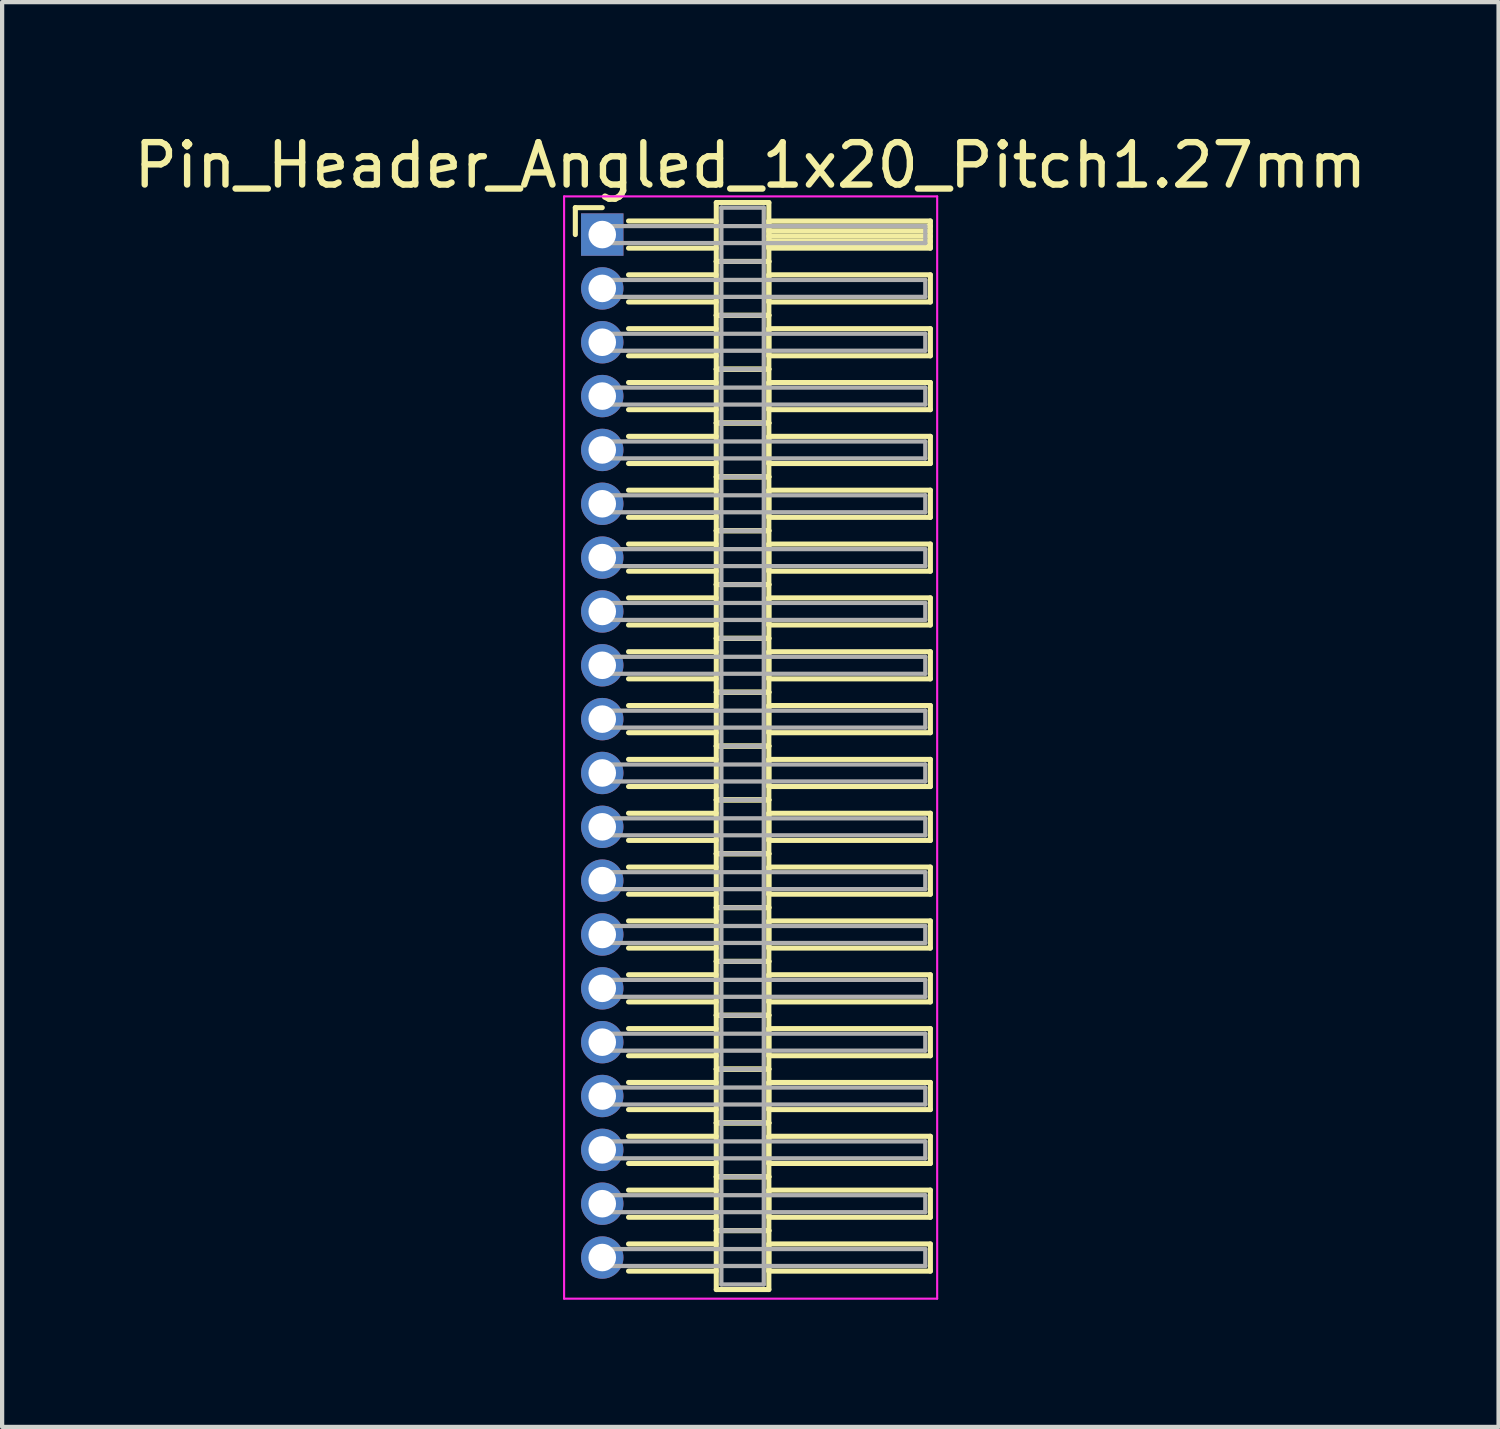
<source format=kicad_pcb>
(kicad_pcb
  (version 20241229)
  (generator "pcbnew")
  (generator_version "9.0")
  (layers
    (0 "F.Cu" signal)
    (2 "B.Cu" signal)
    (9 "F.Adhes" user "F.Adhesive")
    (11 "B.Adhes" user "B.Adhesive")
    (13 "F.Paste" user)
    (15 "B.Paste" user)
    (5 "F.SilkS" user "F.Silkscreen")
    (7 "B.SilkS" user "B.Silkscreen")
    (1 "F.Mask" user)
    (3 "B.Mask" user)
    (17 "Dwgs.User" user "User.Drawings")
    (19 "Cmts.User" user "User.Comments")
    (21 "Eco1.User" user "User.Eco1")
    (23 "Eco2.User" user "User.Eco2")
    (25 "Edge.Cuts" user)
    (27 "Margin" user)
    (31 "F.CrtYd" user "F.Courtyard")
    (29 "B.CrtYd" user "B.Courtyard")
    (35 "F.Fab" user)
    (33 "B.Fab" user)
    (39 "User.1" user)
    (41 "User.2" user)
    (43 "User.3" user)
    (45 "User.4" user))
  (footprint "Pin_Header_Angled_1x20_Pitch1.27mm"
    (layer "F.Cu")
    (at 11.156 2.483)
    (property "Reference" "Pin_Header_Angled_1x20_Pitch1.27mm" (at 3.493 -1.635 0) (layer "F.SilkS") (effects (font (size 1 1) (thickness 0.15))))
    (attr through_hole)
    (fp_line (start -0.635 -0.635) (end 0 -0.635) (stroke (width 0.12) (type solid)) (layer "F.SilkS"))
    (fp_line (start -0.635 0) (end -0.635 -0.635) (stroke (width 0.12) (type solid)) (layer "F.SilkS"))
    (fp_line (start 0.62 -0.32) (end 2.69 -0.32) (stroke (width 0.12) (type solid)) (layer "F.SilkS"))
    (fp_line (start 0.62 0.32) (end 2.69 0.32) (stroke (width 0.12) (type solid)) (layer "F.SilkS"))
    (fp_line (start 0.62 0.95) (end 2.69 0.95) (stroke (width 0.12) (type solid)) (layer "F.SilkS"))
    (fp_line (start 0.62 1.59) (end 2.69 1.59) (stroke (width 0.12) (type solid)) (layer "F.SilkS"))
    (fp_line (start 0.62 2.22) (end 2.69 2.22) (stroke (width 0.12) (type solid)) (layer "F.SilkS"))
    (fp_line (start 0.62 2.86) (end 2.69 2.86) (stroke (width 0.12) (type solid)) (layer "F.SilkS"))
    (fp_line (start 0.62 3.49) (end 2.69 3.49) (stroke (width 0.12) (type solid)) (layer "F.SilkS"))
    (fp_line (start 0.62 4.13) (end 2.69 4.13) (stroke (width 0.12) (type solid)) (layer "F.SilkS"))
    (fp_line (start 0.62 4.76) (end 2.69 4.76) (stroke (width 0.12) (type solid)) (layer "F.SilkS"))
    (fp_line (start 0.62 5.4) (end 2.69 5.4) (stroke (width 0.12) (type solid)) (layer "F.SilkS"))
    (fp_line (start 0.62 6.03) (end 2.69 6.03) (stroke (width 0.12) (type solid)) (layer "F.SilkS"))
    (fp_line (start 0.62 6.67) (end 2.69 6.67) (stroke (width 0.12) (type solid)) (layer "F.SilkS"))
    (fp_line (start 0.62 7.3) (end 2.69 7.3) (stroke (width 0.12) (type solid)) (layer "F.SilkS"))
    (fp_line (start 0.62 7.94) (end 2.69 7.94) (stroke (width 0.12) (type solid)) (layer "F.SilkS"))
    (fp_line (start 0.62 8.57) (end 2.69 8.57) (stroke (width 0.12) (type solid)) (layer "F.SilkS"))
    (fp_line (start 0.62 9.21) (end 2.69 9.21) (stroke (width 0.12) (type solid)) (layer "F.SilkS"))
    (fp_line (start 0.62 9.84) (end 2.69 9.84) (stroke (width 0.12) (type solid)) (layer "F.SilkS"))
    (fp_line (start 0.62 10.48) (end 2.69 10.48) (stroke (width 0.12) (type solid)) (layer "F.SilkS"))
    (fp_line (start 0.62 11.11) (end 2.69 11.11) (stroke (width 0.12) (type solid)) (layer "F.SilkS"))
    (fp_line (start 0.62 11.75) (end 2.69 11.75) (stroke (width 0.12) (type solid)) (layer "F.SilkS"))
    (fp_line (start 0.62 12.38) (end 2.69 12.38) (stroke (width 0.12) (type solid)) (layer "F.SilkS"))
    (fp_line (start 0.62 13.02) (end 2.69 13.02) (stroke (width 0.12) (type solid)) (layer "F.SilkS"))
    (fp_line (start 0.62 13.65) (end 2.69 13.65) (stroke (width 0.12) (type solid)) (layer "F.SilkS"))
    (fp_line (start 0.62 14.29) (end 2.69 14.29) (stroke (width 0.12) (type solid)) (layer "F.SilkS"))
    (fp_line (start 0.62 14.92) (end 2.69 14.92) (stroke (width 0.12) (type solid)) (layer "F.SilkS"))
    (fp_line (start 0.62 15.56) (end 2.69 15.56) (stroke (width 0.12) (type solid)) (layer "F.SilkS"))
    (fp_line (start 0.62 16.19) (end 2.69 16.19) (stroke (width 0.12) (type solid)) (layer "F.SilkS"))
    (fp_line (start 0.62 16.83) (end 2.69 16.83) (stroke (width 0.12) (type solid)) (layer "F.SilkS"))
    (fp_line (start 0.62 17.46) (end 2.69 17.46) (stroke (width 0.12) (type solid)) (layer "F.SilkS"))
    (fp_line (start 0.62 18.1) (end 2.69 18.1) (stroke (width 0.12) (type solid)) (layer "F.SilkS"))
    (fp_line (start 0.62 18.73) (end 2.69 18.73) (stroke (width 0.12) (type solid)) (layer "F.SilkS"))
    (fp_line (start 0.62 19.37) (end 2.69 19.37) (stroke (width 0.12) (type solid)) (layer "F.SilkS"))
    (fp_line (start 0.62 20) (end 2.69 20) (stroke (width 0.12) (type solid)) (layer "F.SilkS"))
    (fp_line (start 0.62 20.64) (end 2.69 20.64) (stroke (width 0.12) (type solid)) (layer "F.SilkS"))
    (fp_line (start 0.62 21.27) (end 2.69 21.27) (stroke (width 0.12) (type solid)) (layer "F.SilkS"))
    (fp_line (start 0.62 21.91) (end 2.69 21.91) (stroke (width 0.12) (type solid)) (layer "F.SilkS"))
    (fp_line (start 0.62 22.54) (end 2.69 22.54) (stroke (width 0.12) (type solid)) (layer "F.SilkS"))
    (fp_line (start 0.62 23.18) (end 2.69 23.18) (stroke (width 0.12) (type solid)) (layer "F.SilkS"))
    (fp_line (start 0.62 23.81) (end 2.69 23.81) (stroke (width 0.12) (type solid)) (layer "F.SilkS"))
    (fp_line (start 0.62 24.45) (end 2.69 24.45) (stroke (width 0.12) (type solid)) (layer "F.SilkS"))
    (fp_line (start 2.69 -0.755) (end 2.69 0.635) (stroke (width 0.12) (type solid)) (layer "F.SilkS"))
    (fp_line (start 2.69 0.635) (end 2.69 1.905) (stroke (width 0.12) (type solid)) (layer "F.SilkS"))
    (fp_line (start 2.69 0.635) (end 3.93 0.635) (stroke (width 0.12) (type solid)) (layer "F.SilkS"))
    (fp_line (start 2.69 1.905) (end 2.69 3.175) (stroke (width 0.12) (type solid)) (layer "F.SilkS"))
    (fp_line (start 2.69 1.905) (end 3.93 1.905) (stroke (width 0.12) (type solid)) (layer "F.SilkS"))
    (fp_line (start 2.69 3.175) (end 2.69 4.445) (stroke (width 0.12) (type solid)) (layer "F.SilkS"))
    (fp_line (start 2.69 3.175) (end 3.93 3.175) (stroke (width 0.12) (type solid)) (layer "F.SilkS"))
    (fp_line (start 2.69 4.445) (end 2.69 5.715) (stroke (width 0.12) (type solid)) (layer "F.SilkS"))
    (fp_line (start 2.69 4.445) (end 3.93 4.445) (stroke (width 0.12) (type solid)) (layer "F.SilkS"))
    (fp_line (start 2.69 5.715) (end 2.69 6.985) (stroke (width 0.12) (type solid)) (layer "F.SilkS"))
    (fp_line (start 2.69 5.715) (end 3.93 5.715) (stroke (width 0.12) (type solid)) (layer "F.SilkS"))
    (fp_line (start 2.69 6.985) (end 2.69 8.255) (stroke (width 0.12) (type solid)) (layer "F.SilkS"))
    (fp_line (start 2.69 6.985) (end 3.93 6.985) (stroke (width 0.12) (type solid)) (layer "F.SilkS"))
    (fp_line (start 2.69 8.255) (end 2.69 9.525) (stroke (width 0.12) (type solid)) (layer "F.SilkS"))
    (fp_line (start 2.69 8.255) (end 3.93 8.255) (stroke (width 0.12) (type solid)) (layer "F.SilkS"))
    (fp_line (start 2.69 9.525) (end 2.69 10.795) (stroke (width 0.12) (type solid)) (layer "F.SilkS"))
    (fp_line (start 2.69 9.525) (end 3.93 9.525) (stroke (width 0.12) (type solid)) (layer "F.SilkS"))
    (fp_line (start 2.69 10.795) (end 2.69 12.065) (stroke (width 0.12) (type solid)) (layer "F.SilkS"))
    (fp_line (start 2.69 10.795) (end 3.93 10.795) (stroke (width 0.12) (type solid)) (layer "F.SilkS"))
    (fp_line (start 2.69 12.065) (end 2.69 13.335) (stroke (width 0.12) (type solid)) (layer "F.SilkS"))
    (fp_line (start 2.69 12.065) (end 3.93 12.065) (stroke (width 0.12) (type solid)) (layer "F.SilkS"))
    (fp_line (start 2.69 13.335) (end 2.69 14.605) (stroke (width 0.12) (type solid)) (layer "F.SilkS"))
    (fp_line (start 2.69 13.335) (end 3.93 13.335) (stroke (width 0.12) (type solid)) (layer "F.SilkS"))
    (fp_line (start 2.69 14.605) (end 2.69 15.875) (stroke (width 0.12) (type solid)) (layer "F.SilkS"))
    (fp_line (start 2.69 14.605) (end 3.93 14.605) (stroke (width 0.12) (type solid)) (layer "F.SilkS"))
    (fp_line (start 2.69 15.875) (end 2.69 17.145) (stroke (width 0.12) (type solid)) (layer "F.SilkS"))
    (fp_line (start 2.69 15.875) (end 3.93 15.875) (stroke (width 0.12) (type solid)) (layer "F.SilkS"))
    (fp_line (start 2.69 17.145) (end 2.69 18.415) (stroke (width 0.12) (type solid)) (layer "F.SilkS"))
    (fp_line (start 2.69 17.145) (end 3.93 17.145) (stroke (width 0.12) (type solid)) (layer "F.SilkS"))
    (fp_line (start 2.69 18.415) (end 2.69 19.685) (stroke (width 0.12) (type solid)) (layer "F.SilkS"))
    (fp_line (start 2.69 18.415) (end 3.93 18.415) (stroke (width 0.12) (type solid)) (layer "F.SilkS"))
    (fp_line (start 2.69 19.685) (end 2.69 20.955) (stroke (width 0.12) (type solid)) (layer "F.SilkS"))
    (fp_line (start 2.69 19.685) (end 3.93 19.685) (stroke (width 0.12) (type solid)) (layer "F.SilkS"))
    (fp_line (start 2.69 20.955) (end 2.69 22.225) (stroke (width 0.12) (type solid)) (layer "F.SilkS"))
    (fp_line (start 2.69 20.955) (end 3.93 20.955) (stroke (width 0.12) (type solid)) (layer "F.SilkS"))
    (fp_line (start 2.69 22.225) (end 2.69 23.495) (stroke (width 0.12) (type solid)) (layer "F.SilkS"))
    (fp_line (start 2.69 22.225) (end 3.93 22.225) (stroke (width 0.12) (type solid)) (layer "F.SilkS"))
    (fp_line (start 2.69 23.495) (end 2.69 24.885) (stroke (width 0.12) (type solid)) (layer "F.SilkS"))
    (fp_line (start 2.69 23.495) (end 3.93 23.495) (stroke (width 0.12) (type solid)) (layer "F.SilkS"))
    (fp_line (start 2.69 24.885) (end 3.93 24.885) (stroke (width 0.12) (type solid)) (layer "F.SilkS"))
    (fp_line (start 3.93 -0.755) (end 2.69 -0.755) (stroke (width 0.12) (type solid)) (layer "F.SilkS"))
    (fp_line (start 3.93 -0.32) (end 3.93 0.32) (stroke (width 0.12) (type solid)) (layer "F.SilkS"))
    (fp_line (start 3.93 -0.2) (end 7.74 -0.2) (stroke (width 0.12) (type solid)) (layer "F.SilkS"))
    (fp_line (start 3.93 -0.08) (end 7.74 -0.08) (stroke (width 0.12) (type solid)) (layer "F.SilkS"))
    (fp_line (start 3.93 0.04) (end 7.74 0.04) (stroke (width 0.12) (type solid)) (layer "F.SilkS"))
    (fp_line (start 3.93 0.16) (end 7.74 0.16) (stroke (width 0.12) (type solid)) (layer "F.SilkS"))
    (fp_line (start 3.93 0.28) (end 7.74 0.28) (stroke (width 0.12) (type solid)) (layer "F.SilkS"))
    (fp_line (start 3.93 0.32) (end 7.74 0.32) (stroke (width 0.12) (type solid)) (layer "F.SilkS"))
    (fp_line (start 3.93 0.635) (end 2.69 0.635) (stroke (width 0.12) (type solid)) (layer "F.SilkS"))
    (fp_line (start 3.93 0.635) (end 3.93 -0.755) (stroke (width 0.12) (type solid)) (layer "F.SilkS"))
    (fp_line (start 3.93 0.95) (end 3.93 1.59) (stroke (width 0.12) (type solid)) (layer "F.SilkS"))
    (fp_line (start 3.93 1.59) (end 7.74 1.59) (stroke (width 0.12) (type solid)) (layer "F.SilkS"))
    (fp_line (start 3.93 1.905) (end 2.69 1.905) (stroke (width 0.12) (type solid)) (layer "F.SilkS"))
    (fp_line (start 3.93 1.905) (end 3.93 0.635) (stroke (width 0.12) (type solid)) (layer "F.SilkS"))
    (fp_line (start 3.93 2.22) (end 3.93 2.86) (stroke (width 0.12) (type solid)) (layer "F.SilkS"))
    (fp_line (start 3.93 2.86) (end 7.74 2.86) (stroke (width 0.12) (type solid)) (layer "F.SilkS"))
    (fp_line (start 3.93 3.175) (end 2.69 3.175) (stroke (width 0.12) (type solid)) (layer "F.SilkS"))
    (fp_line (start 3.93 3.175) (end 3.93 1.905) (stroke (width 0.12) (type solid)) (layer "F.SilkS"))
    (fp_line (start 3.93 3.49) (end 3.93 4.13) (stroke (width 0.12) (type solid)) (layer "F.SilkS"))
    (fp_line (start 3.93 4.13) (end 7.74 4.13) (stroke (width 0.12) (type solid)) (layer "F.SilkS"))
    (fp_line (start 3.93 4.445) (end 2.69 4.445) (stroke (width 0.12) (type solid)) (layer "F.SilkS"))
    (fp_line (start 3.93 4.445) (end 3.93 3.175) (stroke (width 0.12) (type solid)) (layer "F.SilkS"))
    (fp_line (start 3.93 4.76) (end 3.93 5.4) (stroke (width 0.12) (type solid)) (layer "F.SilkS"))
    (fp_line (start 3.93 5.4) (end 7.74 5.4) (stroke (width 0.12) (type solid)) (layer "F.SilkS"))
    (fp_line (start 3.93 5.715) (end 2.69 5.715) (stroke (width 0.12) (type solid)) (layer "F.SilkS"))
    (fp_line (start 3.93 5.715) (end 3.93 4.445) (stroke (width 0.12) (type solid)) (layer "F.SilkS"))
    (fp_line (start 3.93 6.03) (end 3.93 6.67) (stroke (width 0.12) (type solid)) (layer "F.SilkS"))
    (fp_line (start 3.93 6.67) (end 7.74 6.67) (stroke (width 0.12) (type solid)) (layer "F.SilkS"))
    (fp_line (start 3.93 6.985) (end 2.69 6.985) (stroke (width 0.12) (type solid)) (layer "F.SilkS"))
    (fp_line (start 3.93 6.985) (end 3.93 5.715) (stroke (width 0.12) (type solid)) (layer "F.SilkS"))
    (fp_line (start 3.93 7.3) (end 3.93 7.94) (stroke (width 0.12) (type solid)) (layer "F.SilkS"))
    (fp_line (start 3.93 7.94) (end 7.74 7.94) (stroke (width 0.12) (type solid)) (layer "F.SilkS"))
    (fp_line (start 3.93 8.255) (end 2.69 8.255) (stroke (width 0.12) (type solid)) (layer "F.SilkS"))
    (fp_line (start 3.93 8.255) (end 3.93 6.985) (stroke (width 0.12) (type solid)) (layer "F.SilkS"))
    (fp_line (start 3.93 8.57) (end 3.93 9.21) (stroke (width 0.12) (type solid)) (layer "F.SilkS"))
    (fp_line (start 3.93 9.21) (end 7.74 9.21) (stroke (width 0.12) (type solid)) (layer "F.SilkS"))
    (fp_line (start 3.93 9.525) (end 2.69 9.525) (stroke (width 0.12) (type solid)) (layer "F.SilkS"))
    (fp_line (start 3.93 9.525) (end 3.93 8.255) (stroke (width 0.12) (type solid)) (layer "F.SilkS"))
    (fp_line (start 3.93 9.84) (end 3.93 10.48) (stroke (width 0.12) (type solid)) (layer "F.SilkS"))
    (fp_line (start 3.93 10.48) (end 7.74 10.48) (stroke (width 0.12) (type solid)) (layer "F.SilkS"))
    (fp_line (start 3.93 10.795) (end 2.69 10.795) (stroke (width 0.12) (type solid)) (layer "F.SilkS"))
    (fp_line (start 3.93 10.795) (end 3.93 9.525) (stroke (width 0.12) (type solid)) (layer "F.SilkS"))
    (fp_line (start 3.93 11.11) (end 3.93 11.75) (stroke (width 0.12) (type solid)) (layer "F.SilkS"))
    (fp_line (start 3.93 11.75) (end 7.74 11.75) (stroke (width 0.12) (type solid)) (layer "F.SilkS"))
    (fp_line (start 3.93 12.065) (end 2.69 12.065) (stroke (width 0.12) (type solid)) (layer "F.SilkS"))
    (fp_line (start 3.93 12.065) (end 3.93 10.795) (stroke (width 0.12) (type solid)) (layer "F.SilkS"))
    (fp_line (start 3.93 12.38) (end 3.93 13.02) (stroke (width 0.12) (type solid)) (layer "F.SilkS"))
    (fp_line (start 3.93 13.02) (end 7.74 13.02) (stroke (width 0.12) (type solid)) (layer "F.SilkS"))
    (fp_line (start 3.93 13.335) (end 2.69 13.335) (stroke (width 0.12) (type solid)) (layer "F.SilkS"))
    (fp_line (start 3.93 13.335) (end 3.93 12.065) (stroke (width 0.12) (type solid)) (layer "F.SilkS"))
    (fp_line (start 3.93 13.65) (end 3.93 14.29) (stroke (width 0.12) (type solid)) (layer "F.SilkS"))
    (fp_line (start 3.93 14.29) (end 7.74 14.29) (stroke (width 0.12) (type solid)) (layer "F.SilkS"))
    (fp_line (start 3.93 14.605) (end 2.69 14.605) (stroke (width 0.12) (type solid)) (layer "F.SilkS"))
    (fp_line (start 3.93 14.605) (end 3.93 13.335) (stroke (width 0.12) (type solid)) (layer "F.SilkS"))
    (fp_line (start 3.93 14.92) (end 3.93 15.56) (stroke (width 0.12) (type solid)) (layer "F.SilkS"))
    (fp_line (start 3.93 15.56) (end 7.74 15.56) (stroke (width 0.12) (type solid)) (layer "F.SilkS"))
    (fp_line (start 3.93 15.875) (end 2.69 15.875) (stroke (width 0.12) (type solid)) (layer "F.SilkS"))
    (fp_line (start 3.93 15.875) (end 3.93 14.605) (stroke (width 0.12) (type solid)) (layer "F.SilkS"))
    (fp_line (start 3.93 16.19) (end 3.93 16.83) (stroke (width 0.12) (type solid)) (layer "F.SilkS"))
    (fp_line (start 3.93 16.83) (end 7.74 16.83) (stroke (width 0.12) (type solid)) (layer "F.SilkS"))
    (fp_line (start 3.93 17.145) (end 2.69 17.145) (stroke (width 0.12) (type solid)) (layer "F.SilkS"))
    (fp_line (start 3.93 17.145) (end 3.93 15.875) (stroke (width 0.12) (type solid)) (layer "F.SilkS"))
    (fp_line (start 3.93 17.46) (end 3.93 18.1) (stroke (width 0.12) (type solid)) (layer "F.SilkS"))
    (fp_line (start 3.93 18.1) (end 7.74 18.1) (stroke (width 0.12) (type solid)) (layer "F.SilkS"))
    (fp_line (start 3.93 18.415) (end 2.69 18.415) (stroke (width 0.12) (type solid)) (layer "F.SilkS"))
    (fp_line (start 3.93 18.415) (end 3.93 17.145) (stroke (width 0.12) (type solid)) (layer "F.SilkS"))
    (fp_line (start 3.93 18.73) (end 3.93 19.37) (stroke (width 0.12) (type solid)) (layer "F.SilkS"))
    (fp_line (start 3.93 19.37) (end 7.74 19.37) (stroke (width 0.12) (type solid)) (layer "F.SilkS"))
    (fp_line (start 3.93 19.685) (end 2.69 19.685) (stroke (width 0.12) (type solid)) (layer "F.SilkS"))
    (fp_line (start 3.93 19.685) (end 3.93 18.415) (stroke (width 0.12) (type solid)) (layer "F.SilkS"))
    (fp_line (start 3.93 20) (end 3.93 20.64) (stroke (width 0.12) (type solid)) (layer "F.SilkS"))
    (fp_line (start 3.93 20.64) (end 7.74 20.64) (stroke (width 0.12) (type solid)) (layer "F.SilkS"))
    (fp_line (start 3.93 20.955) (end 2.69 20.955) (stroke (width 0.12) (type solid)) (layer "F.SilkS"))
    (fp_line (start 3.93 20.955) (end 3.93 19.685) (stroke (width 0.12) (type solid)) (layer "F.SilkS"))
    (fp_line (start 3.93 21.27) (end 3.93 21.91) (stroke (width 0.12) (type solid)) (layer "F.SilkS"))
    (fp_line (start 3.93 21.91) (end 7.74 21.91) (stroke (width 0.12) (type solid)) (layer "F.SilkS"))
    (fp_line (start 3.93 22.225) (end 2.69 22.225) (stroke (width 0.12) (type solid)) (layer "F.SilkS"))
    (fp_line (start 3.93 22.225) (end 3.93 20.955) (stroke (width 0.12) (type solid)) (layer "F.SilkS"))
    (fp_line (start 3.93 22.54) (end 3.93 23.18) (stroke (width 0.12) (type solid)) (layer "F.SilkS"))
    (fp_line (start 3.93 23.18) (end 7.74 23.18) (stroke (width 0.12) (type solid)) (layer "F.SilkS"))
    (fp_line (start 3.93 23.495) (end 2.69 23.495) (stroke (width 0.12) (type solid)) (layer "F.SilkS"))
    (fp_line (start 3.93 23.495) (end 3.93 22.225) (stroke (width 0.12) (type solid)) (layer "F.SilkS"))
    (fp_line (start 3.93 23.81) (end 3.93 24.45) (stroke (width 0.12) (type solid)) (layer "F.SilkS"))
    (fp_line (start 3.93 24.45) (end 7.74 24.45) (stroke (width 0.12) (type solid)) (layer "F.SilkS"))
    (fp_line (start 3.93 24.885) (end 3.93 23.495) (stroke (width 0.12) (type solid)) (layer "F.SilkS"))
    (fp_line (start 7.74 -0.32) (end 3.93 -0.32) (stroke (width 0.12) (type solid)) (layer "F.SilkS"))
    (fp_line (start 7.74 0.32) (end 7.74 -0.32) (stroke (width 0.12) (type solid)) (layer "F.SilkS"))
    (fp_line (start 7.74 0.95) (end 3.93 0.95) (stroke (width 0.12) (type solid)) (layer "F.SilkS"))
    (fp_line (start 7.74 1.59) (end 7.74 0.95) (stroke (width 0.12) (type solid)) (layer "F.SilkS"))
    (fp_line (start 7.74 2.22) (end 3.93 2.22) (stroke (width 0.12) (type solid)) (layer "F.SilkS"))
    (fp_line (start 7.74 2.86) (end 7.74 2.22) (stroke (width 0.12) (type solid)) (layer "F.SilkS"))
    (fp_line (start 7.74 3.49) (end 3.93 3.49) (stroke (width 0.12) (type solid)) (layer "F.SilkS"))
    (fp_line (start 7.74 4.13) (end 7.74 3.49) (stroke (width 0.12) (type solid)) (layer "F.SilkS"))
    (fp_line (start 7.74 4.76) (end 3.93 4.76) (stroke (width 0.12) (type solid)) (layer "F.SilkS"))
    (fp_line (start 7.74 5.4) (end 7.74 4.76) (stroke (width 0.12) (type solid)) (layer "F.SilkS"))
    (fp_line (start 7.74 6.03) (end 3.93 6.03) (stroke (width 0.12) (type solid)) (layer "F.SilkS"))
    (fp_line (start 7.74 6.67) (end 7.74 6.03) (stroke (width 0.12) (type solid)) (layer "F.SilkS"))
    (fp_line (start 7.74 7.3) (end 3.93 7.3) (stroke (width 0.12) (type solid)) (layer "F.SilkS"))
    (fp_line (start 7.74 7.94) (end 7.74 7.3) (stroke (width 0.12) (type solid)) (layer "F.SilkS"))
    (fp_line (start 7.74 8.57) (end 3.93 8.57) (stroke (width 0.12) (type solid)) (layer "F.SilkS"))
    (fp_line (start 7.74 9.21) (end 7.74 8.57) (stroke (width 0.12) (type solid)) (layer "F.SilkS"))
    (fp_line (start 7.74 9.84) (end 3.93 9.84) (stroke (width 0.12) (type solid)) (layer "F.SilkS"))
    (fp_line (start 7.74 10.48) (end 7.74 9.84) (stroke (width 0.12) (type solid)) (layer "F.SilkS"))
    (fp_line (start 7.74 11.11) (end 3.93 11.11) (stroke (width 0.12) (type solid)) (layer "F.SilkS"))
    (fp_line (start 7.74 11.75) (end 7.74 11.11) (stroke (width 0.12) (type solid)) (layer "F.SilkS"))
    (fp_line (start 7.74 12.38) (end 3.93 12.38) (stroke (width 0.12) (type solid)) (layer "F.SilkS"))
    (fp_line (start 7.74 13.02) (end 7.74 12.38) (stroke (width 0.12) (type solid)) (layer "F.SilkS"))
    (fp_line (start 7.74 13.65) (end 3.93 13.65) (stroke (width 0.12) (type solid)) (layer "F.SilkS"))
    (fp_line (start 7.74 14.29) (end 7.74 13.65) (stroke (width 0.12) (type solid)) (layer "F.SilkS"))
    (fp_line (start 7.74 14.92) (end 3.93 14.92) (stroke (width 0.12) (type solid)) (layer "F.SilkS"))
    (fp_line (start 7.74 15.56) (end 7.74 14.92) (stroke (width 0.12) (type solid)) (layer "F.SilkS"))
    (fp_line (start 7.74 16.19) (end 3.93 16.19) (stroke (width 0.12) (type solid)) (layer "F.SilkS"))
    (fp_line (start 7.74 16.83) (end 7.74 16.19) (stroke (width 0.12) (type solid)) (layer "F.SilkS"))
    (fp_line (start 7.74 17.46) (end 3.93 17.46) (stroke (width 0.12) (type solid)) (layer "F.SilkS"))
    (fp_line (start 7.74 18.1) (end 7.74 17.46) (stroke (width 0.12) (type solid)) (layer "F.SilkS"))
    (fp_line (start 7.74 18.73) (end 3.93 18.73) (stroke (width 0.12) (type solid)) (layer "F.SilkS"))
    (fp_line (start 7.74 19.37) (end 7.74 18.73) (stroke (width 0.12) (type solid)) (layer "F.SilkS"))
    (fp_line (start 7.74 20) (end 3.93 20) (stroke (width 0.12) (type solid)) (layer "F.SilkS"))
    (fp_line (start 7.74 20.64) (end 7.74 20) (stroke (width 0.12) (type solid)) (layer "F.SilkS"))
    (fp_line (start 7.74 21.27) (end 3.93 21.27) (stroke (width 0.12) (type solid)) (layer "F.SilkS"))
    (fp_line (start 7.74 21.91) (end 7.74 21.27) (stroke (width 0.12) (type solid)) (layer "F.SilkS"))
    (fp_line (start 7.74 22.54) (end 3.93 22.54) (stroke (width 0.12) (type solid)) (layer "F.SilkS"))
    (fp_line (start 7.74 23.18) (end 7.74 22.54) (stroke (width 0.12) (type solid)) (layer "F.SilkS"))
    (fp_line (start 7.74 23.81) (end 3.93 23.81) (stroke (width 0.12) (type solid)) (layer "F.SilkS"))
    (fp_line (start 7.74 24.45) (end 7.74 23.81) (stroke (width 0.12) (type solid)) (layer "F.SilkS"))
    (fp_line (start -0.9 -0.9) (end -0.9 25.1) (stroke (width 0.05) (type solid)) (layer "F.CrtYd"))
    (fp_line (start -0.9 25.1) (end 7.9 25.1) (stroke (width 0.05) (type solid)) (layer "F.CrtYd"))
    (fp_line (start 7.9 -0.9) (end -0.9 -0.9) (stroke (width 0.05) (type solid)) (layer "F.CrtYd"))
    (fp_line (start 7.9 25.1) (end 7.9 -0.9) (stroke (width 0.05) (type solid)) (layer "F.CrtYd"))
    (fp_line (start 0 -0.2) (end 0 0.2) (stroke (width 0.1) (type solid)) (layer "F.Fab"))
    (fp_line (start 0 0.2) (end 7.62 0.2) (stroke (width 0.1) (type solid)) (layer "F.Fab"))
    (fp_line (start 0 1.07) (end 0 1.47) (stroke (width 0.1) (type solid)) (layer "F.Fab"))
    (fp_line (start 0 1.47) (end 7.62 1.47) (stroke (width 0.1) (type solid)) (layer "F.Fab"))
    (fp_line (start 0 2.34) (end 0 2.74) (stroke (width 0.1) (type solid)) (layer "F.Fab"))
    (fp_line (start 0 2.74) (end 7.62 2.74) (stroke (width 0.1) (type solid)) (layer "F.Fab"))
    (fp_line (start 0 3.61) (end 0 4.01) (stroke (width 0.1) (type solid)) (layer "F.Fab"))
    (fp_line (start 0 4.01) (end 7.62 4.01) (stroke (width 0.1) (type solid)) (layer "F.Fab"))
    (fp_line (start 0 4.88) (end 0 5.28) (stroke (width 0.1) (type solid)) (layer "F.Fab"))
    (fp_line (start 0 5.28) (end 7.62 5.28) (stroke (width 0.1) (type solid)) (layer "F.Fab"))
    (fp_line (start 0 6.15) (end 0 6.55) (stroke (width 0.1) (type solid)) (layer "F.Fab"))
    (fp_line (start 0 6.55) (end 7.62 6.55) (stroke (width 0.1) (type solid)) (layer "F.Fab"))
    (fp_line (start 0 7.42) (end 0 7.82) (stroke (width 0.1) (type solid)) (layer "F.Fab"))
    (fp_line (start 0 7.82) (end 7.62 7.82) (stroke (width 0.1) (type solid)) (layer "F.Fab"))
    (fp_line (start 0 8.69) (end 0 9.09) (stroke (width 0.1) (type solid)) (layer "F.Fab"))
    (fp_line (start 0 9.09) (end 7.62 9.09) (stroke (width 0.1) (type solid)) (layer "F.Fab"))
    (fp_line (start 0 9.96) (end 0 10.36) (stroke (width 0.1) (type solid)) (layer "F.Fab"))
    (fp_line (start 0 10.36) (end 7.62 10.36) (stroke (width 0.1) (type solid)) (layer "F.Fab"))
    (fp_line (start 0 11.23) (end 0 11.63) (stroke (width 0.1) (type solid)) (layer "F.Fab"))
    (fp_line (start 0 11.63) (end 7.62 11.63) (stroke (width 0.1) (type solid)) (layer "F.Fab"))
    (fp_line (start 0 12.5) (end 0 12.9) (stroke (width 0.1) (type solid)) (layer "F.Fab"))
    (fp_line (start 0 12.9) (end 7.62 12.9) (stroke (width 0.1) (type solid)) (layer "F.Fab"))
    (fp_line (start 0 13.77) (end 0 14.17) (stroke (width 0.1) (type solid)) (layer "F.Fab"))
    (fp_line (start 0 14.17) (end 7.62 14.17) (stroke (width 0.1) (type solid)) (layer "F.Fab"))
    (fp_line (start 0 15.04) (end 0 15.44) (stroke (width 0.1) (type solid)) (layer "F.Fab"))
    (fp_line (start 0 15.44) (end 7.62 15.44) (stroke (width 0.1) (type solid)) (layer "F.Fab"))
    (fp_line (start 0 16.31) (end 0 16.71) (stroke (width 0.1) (type solid)) (layer "F.Fab"))
    (fp_line (start 0 16.71) (end 7.62 16.71) (stroke (width 0.1) (type solid)) (layer "F.Fab"))
    (fp_line (start 0 17.58) (end 0 17.98) (stroke (width 0.1) (type solid)) (layer "F.Fab"))
    (fp_line (start 0 17.98) (end 7.62 17.98) (stroke (width 0.1) (type solid)) (layer "F.Fab"))
    (fp_line (start 0 18.85) (end 0 19.25) (stroke (width 0.1) (type solid)) (layer "F.Fab"))
    (fp_line (start 0 19.25) (end 7.62 19.25) (stroke (width 0.1) (type solid)) (layer "F.Fab"))
    (fp_line (start 0 20.12) (end 0 20.52) (stroke (width 0.1) (type solid)) (layer "F.Fab"))
    (fp_line (start 0 20.52) (end 7.62 20.52) (stroke (width 0.1) (type solid)) (layer "F.Fab"))
    (fp_line (start 0 21.39) (end 0 21.79) (stroke (width 0.1) (type solid)) (layer "F.Fab"))
    (fp_line (start 0 21.79) (end 7.62 21.79) (stroke (width 0.1) (type solid)) (layer "F.Fab"))
    (fp_line (start 0 22.66) (end 0 23.06) (stroke (width 0.1) (type solid)) (layer "F.Fab"))
    (fp_line (start 0 23.06) (end 7.62 23.06) (stroke (width 0.1) (type solid)) (layer "F.Fab"))
    (fp_line (start 0 23.93) (end 0 24.33) (stroke (width 0.1) (type solid)) (layer "F.Fab"))
    (fp_line (start 0 24.33) (end 7.62 24.33) (stroke (width 0.1) (type solid)) (layer "F.Fab"))
    (fp_line (start 2.81 -0.635) (end 2.81 0.635) (stroke (width 0.1) (type solid)) (layer "F.Fab"))
    (fp_line (start 2.81 0.635) (end 2.81 1.905) (stroke (width 0.1) (type solid)) (layer "F.Fab"))
    (fp_line (start 2.81 0.635) (end 3.81 0.635) (stroke (width 0.1) (type solid)) (layer "F.Fab"))
    (fp_line (start 2.81 1.905) (end 2.81 3.175) (stroke (width 0.1) (type solid)) (layer "F.Fab"))
    (fp_line (start 2.81 1.905) (end 3.81 1.905) (stroke (width 0.1) (type solid)) (layer "F.Fab"))
    (fp_line (start 2.81 3.175) (end 2.81 4.445) (stroke (width 0.1) (type solid)) (layer "F.Fab"))
    (fp_line (start 2.81 3.175) (end 3.81 3.175) (stroke (width 0.1) (type solid)) (layer "F.Fab"))
    (fp_line (start 2.81 4.445) (end 2.81 5.715) (stroke (width 0.1) (type solid)) (layer "F.Fab"))
    (fp_line (start 2.81 4.445) (end 3.81 4.445) (stroke (width 0.1) (type solid)) (layer "F.Fab"))
    (fp_line (start 2.81 5.715) (end 2.81 6.985) (stroke (width 0.1) (type solid)) (layer "F.Fab"))
    (fp_line (start 2.81 5.715) (end 3.81 5.715) (stroke (width 0.1) (type solid)) (layer "F.Fab"))
    (fp_line (start 2.81 6.985) (end 2.81 8.255) (stroke (width 0.1) (type solid)) (layer "F.Fab"))
    (fp_line (start 2.81 6.985) (end 3.81 6.985) (stroke (width 0.1) (type solid)) (layer "F.Fab"))
    (fp_line (start 2.81 8.255) (end 2.81 9.525) (stroke (width 0.1) (type solid)) (layer "F.Fab"))
    (fp_line (start 2.81 8.255) (end 3.81 8.255) (stroke (width 0.1) (type solid)) (layer "F.Fab"))
    (fp_line (start 2.81 9.525) (end 2.81 10.795) (stroke (width 0.1) (type solid)) (layer "F.Fab"))
    (fp_line (start 2.81 9.525) (end 3.81 9.525) (stroke (width 0.1) (type solid)) (layer "F.Fab"))
    (fp_line (start 2.81 10.795) (end 2.81 12.065) (stroke (width 0.1) (type solid)) (layer "F.Fab"))
    (fp_line (start 2.81 10.795) (end 3.81 10.795) (stroke (width 0.1) (type solid)) (layer "F.Fab"))
    (fp_line (start 2.81 12.065) (end 2.81 13.335) (stroke (width 0.1) (type solid)) (layer "F.Fab"))
    (fp_line (start 2.81 12.065) (end 3.81 12.065) (stroke (width 0.1) (type solid)) (layer "F.Fab"))
    (fp_line (start 2.81 13.335) (end 2.81 14.605) (stroke (width 0.1) (type solid)) (layer "F.Fab"))
    (fp_line (start 2.81 13.335) (end 3.81 13.335) (stroke (width 0.1) (type solid)) (layer "F.Fab"))
    (fp_line (start 2.81 14.605) (end 2.81 15.875) (stroke (width 0.1) (type solid)) (layer "F.Fab"))
    (fp_line (start 2.81 14.605) (end 3.81 14.605) (stroke (width 0.1) (type solid)) (layer "F.Fab"))
    (fp_line (start 2.81 15.875) (end 2.81 17.145) (stroke (width 0.1) (type solid)) (layer "F.Fab"))
    (fp_line (start 2.81 15.875) (end 3.81 15.875) (stroke (width 0.1) (type solid)) (layer "F.Fab"))
    (fp_line (start 2.81 17.145) (end 2.81 18.415) (stroke (width 0.1) (type solid)) (layer "F.Fab"))
    (fp_line (start 2.81 17.145) (end 3.81 17.145) (stroke (width 0.1) (type solid)) (layer "F.Fab"))
    (fp_line (start 2.81 18.415) (end 2.81 19.685) (stroke (width 0.1) (type solid)) (layer "F.Fab"))
    (fp_line (start 2.81 18.415) (end 3.81 18.415) (stroke (width 0.1) (type solid)) (layer "F.Fab"))
    (fp_line (start 2.81 19.685) (end 2.81 20.955) (stroke (width 0.1) (type solid)) (layer "F.Fab"))
    (fp_line (start 2.81 19.685) (end 3.81 19.685) (stroke (width 0.1) (type solid)) (layer "F.Fab"))
    (fp_line (start 2.81 20.955) (end 2.81 22.225) (stroke (width 0.1) (type solid)) (layer "F.Fab"))
    (fp_line (start 2.81 20.955) (end 3.81 20.955) (stroke (width 0.1) (type solid)) (layer "F.Fab"))
    (fp_line (start 2.81 22.225) (end 2.81 23.495) (stroke (width 0.1) (type solid)) (layer "F.Fab"))
    (fp_line (start 2.81 22.225) (end 3.81 22.225) (stroke (width 0.1) (type solid)) (layer "F.Fab"))
    (fp_line (start 2.81 23.495) (end 2.81 24.765) (stroke (width 0.1) (type solid)) (layer "F.Fab"))
    (fp_line (start 2.81 23.495) (end 3.81 23.495) (stroke (width 0.1) (type solid)) (layer "F.Fab"))
    (fp_line (start 2.81 24.765) (end 3.81 24.765) (stroke (width 0.1) (type solid)) (layer "F.Fab"))
    (fp_line (start 3.81 -0.635) (end 2.81 -0.635) (stroke (width 0.1) (type solid)) (layer "F.Fab"))
    (fp_line (start 3.81 0.635) (end 2.81 0.635) (stroke (width 0.1) (type solid)) (layer "F.Fab"))
    (fp_line (start 3.81 0.635) (end 3.81 -0.635) (stroke (width 0.1) (type solid)) (layer "F.Fab"))
    (fp_line (start 3.81 1.905) (end 2.81 1.905) (stroke (width 0.1) (type solid)) (layer "F.Fab"))
    (fp_line (start 3.81 1.905) (end 3.81 0.635) (stroke (width 0.1) (type solid)) (layer "F.Fab"))
    (fp_line (start 3.81 3.175) (end 2.81 3.175) (stroke (width 0.1) (type solid)) (layer "F.Fab"))
    (fp_line (start 3.81 3.175) (end 3.81 1.905) (stroke (width 0.1) (type solid)) (layer "F.Fab"))
    (fp_line (start 3.81 4.445) (end 2.81 4.445) (stroke (width 0.1) (type solid)) (layer "F.Fab"))
    (fp_line (start 3.81 4.445) (end 3.81 3.175) (stroke (width 0.1) (type solid)) (layer "F.Fab"))
    (fp_line (start 3.81 5.715) (end 2.81 5.715) (stroke (width 0.1) (type solid)) (layer "F.Fab"))
    (fp_line (start 3.81 5.715) (end 3.81 4.445) (stroke (width 0.1) (type solid)) (layer "F.Fab"))
    (fp_line (start 3.81 6.985) (end 2.81 6.985) (stroke (width 0.1) (type solid)) (layer "F.Fab"))
    (fp_line (start 3.81 6.985) (end 3.81 5.715) (stroke (width 0.1) (type solid)) (layer "F.Fab"))
    (fp_line (start 3.81 8.255) (end 2.81 8.255) (stroke (width 0.1) (type solid)) (layer "F.Fab"))
    (fp_line (start 3.81 8.255) (end 3.81 6.985) (stroke (width 0.1) (type solid)) (layer "F.Fab"))
    (fp_line (start 3.81 9.525) (end 2.81 9.525) (stroke (width 0.1) (type solid)) (layer "F.Fab"))
    (fp_line (start 3.81 9.525) (end 3.81 8.255) (stroke (width 0.1) (type solid)) (layer "F.Fab"))
    (fp_line (start 3.81 10.795) (end 2.81 10.795) (stroke (width 0.1) (type solid)) (layer "F.Fab"))
    (fp_line (start 3.81 10.795) (end 3.81 9.525) (stroke (width 0.1) (type solid)) (layer "F.Fab"))
    (fp_line (start 3.81 12.065) (end 2.81 12.065) (stroke (width 0.1) (type solid)) (layer "F.Fab"))
    (fp_line (start 3.81 12.065) (end 3.81 10.795) (stroke (width 0.1) (type solid)) (layer "F.Fab"))
    (fp_line (start 3.81 13.335) (end 2.81 13.335) (stroke (width 0.1) (type solid)) (layer "F.Fab"))
    (fp_line (start 3.81 13.335) (end 3.81 12.065) (stroke (width 0.1) (type solid)) (layer "F.Fab"))
    (fp_line (start 3.81 14.605) (end 2.81 14.605) (stroke (width 0.1) (type solid)) (layer "F.Fab"))
    (fp_line (start 3.81 14.605) (end 3.81 13.335) (stroke (width 0.1) (type solid)) (layer "F.Fab"))
    (fp_line (start 3.81 15.875) (end 2.81 15.875) (stroke (width 0.1) (type solid)) (layer "F.Fab"))
    (fp_line (start 3.81 15.875) (end 3.81 14.605) (stroke (width 0.1) (type solid)) (layer "F.Fab"))
    (fp_line (start 3.81 17.145) (end 2.81 17.145) (stroke (width 0.1) (type solid)) (layer "F.Fab"))
    (fp_line (start 3.81 17.145) (end 3.81 15.875) (stroke (width 0.1) (type solid)) (layer "F.Fab"))
    (fp_line (start 3.81 18.415) (end 2.81 18.415) (stroke (width 0.1) (type solid)) (layer "F.Fab"))
    (fp_line (start 3.81 18.415) (end 3.81 17.145) (stroke (width 0.1) (type solid)) (layer "F.Fab"))
    (fp_line (start 3.81 19.685) (end 2.81 19.685) (stroke (width 0.1) (type solid)) (layer "F.Fab"))
    (fp_line (start 3.81 19.685) (end 3.81 18.415) (stroke (width 0.1) (type solid)) (layer "F.Fab"))
    (fp_line (start 3.81 20.955) (end 2.81 20.955) (stroke (width 0.1) (type solid)) (layer "F.Fab"))
    (fp_line (start 3.81 20.955) (end 3.81 19.685) (stroke (width 0.1) (type solid)) (layer "F.Fab"))
    (fp_line (start 3.81 22.225) (end 2.81 22.225) (stroke (width 0.1) (type solid)) (layer "F.Fab"))
    (fp_line (start 3.81 22.225) (end 3.81 20.955) (stroke (width 0.1) (type solid)) (layer "F.Fab"))
    (fp_line (start 3.81 23.495) (end 2.81 23.495) (stroke (width 0.1) (type solid)) (layer "F.Fab"))
    (fp_line (start 3.81 23.495) (end 3.81 22.225) (stroke (width 0.1) (type solid)) (layer "F.Fab"))
    (fp_line (start 3.81 24.765) (end 3.81 23.495) (stroke (width 0.1) (type solid)) (layer "F.Fab"))
    (fp_line (start 7.62 -0.2) (end 0 -0.2) (stroke (width 0.1) (type solid)) (layer "F.Fab"))
    (fp_line (start 7.62 0.2) (end 7.62 -0.2) (stroke (width 0.1) (type solid)) (layer "F.Fab"))
    (fp_line (start 7.62 1.07) (end 0 1.07) (stroke (width 0.1) (type solid)) (layer "F.Fab"))
    (fp_line (start 7.62 1.47) (end 7.62 1.07) (stroke (width 0.1) (type solid)) (layer "F.Fab"))
    (fp_line (start 7.62 2.34) (end 0 2.34) (stroke (width 0.1) (type solid)) (layer "F.Fab"))
    (fp_line (start 7.62 2.74) (end 7.62 2.34) (stroke (width 0.1) (type solid)) (layer "F.Fab"))
    (fp_line (start 7.62 3.61) (end 0 3.61) (stroke (width 0.1) (type solid)) (layer "F.Fab"))
    (fp_line (start 7.62 4.01) (end 7.62 3.61) (stroke (width 0.1) (type solid)) (layer "F.Fab"))
    (fp_line (start 7.62 4.88) (end 0 4.88) (stroke (width 0.1) (type solid)) (layer "F.Fab"))
    (fp_line (start 7.62 5.28) (end 7.62 4.88) (stroke (width 0.1) (type solid)) (layer "F.Fab"))
    (fp_line (start 7.62 6.15) (end 0 6.15) (stroke (width 0.1) (type solid)) (layer "F.Fab"))
    (fp_line (start 7.62 6.55) (end 7.62 6.15) (stroke (width 0.1) (type solid)) (layer "F.Fab"))
    (fp_line (start 7.62 7.42) (end 0 7.42) (stroke (width 0.1) (type solid)) (layer "F.Fab"))
    (fp_line (start 7.62 7.82) (end 7.62 7.42) (stroke (width 0.1) (type solid)) (layer "F.Fab"))
    (fp_line (start 7.62 8.69) (end 0 8.69) (stroke (width 0.1) (type solid)) (layer "F.Fab"))
    (fp_line (start 7.62 9.09) (end 7.62 8.69) (stroke (width 0.1) (type solid)) (layer "F.Fab"))
    (fp_line (start 7.62 9.96) (end 0 9.96) (stroke (width 0.1) (type solid)) (layer "F.Fab"))
    (fp_line (start 7.62 10.36) (end 7.62 9.96) (stroke (width 0.1) (type solid)) (layer "F.Fab"))
    (fp_line (start 7.62 11.23) (end 0 11.23) (stroke (width 0.1) (type solid)) (layer "F.Fab"))
    (fp_line (start 7.62 11.63) (end 7.62 11.23) (stroke (width 0.1) (type solid)) (layer "F.Fab"))
    (fp_line (start 7.62 12.5) (end 0 12.5) (stroke (width 0.1) (type solid)) (layer "F.Fab"))
    (fp_line (start 7.62 12.9) (end 7.62 12.5) (stroke (width 0.1) (type solid)) (layer "F.Fab"))
    (fp_line (start 7.62 13.77) (end 0 13.77) (stroke (width 0.1) (type solid)) (layer "F.Fab"))
    (fp_line (start 7.62 14.17) (end 7.62 13.77) (stroke (width 0.1) (type solid)) (layer "F.Fab"))
    (fp_line (start 7.62 15.04) (end 0 15.04) (stroke (width 0.1) (type solid)) (layer "F.Fab"))
    (fp_line (start 7.62 15.44) (end 7.62 15.04) (stroke (width 0.1) (type solid)) (layer "F.Fab"))
    (fp_line (start 7.62 16.31) (end 0 16.31) (stroke (width 0.1) (type solid)) (layer "F.Fab"))
    (fp_line (start 7.62 16.71) (end 7.62 16.31) (stroke (width 0.1) (type solid)) (layer "F.Fab"))
    (fp_line (start 7.62 17.58) (end 0 17.58) (stroke (width 0.1) (type solid)) (layer "F.Fab"))
    (fp_line (start 7.62 17.98) (end 7.62 17.58) (stroke (width 0.1) (type solid)) (layer "F.Fab"))
    (fp_line (start 7.62 18.85) (end 0 18.85) (stroke (width 0.1) (type solid)) (layer "F.Fab"))
    (fp_line (start 7.62 19.25) (end 7.62 18.85) (stroke (width 0.1) (type solid)) (layer "F.Fab"))
    (fp_line (start 7.62 20.12) (end 0 20.12) (stroke (width 0.1) (type solid)) (layer "F.Fab"))
    (fp_line (start 7.62 20.52) (end 7.62 20.12) (stroke (width 0.1) (type solid)) (layer "F.Fab"))
    (fp_line (start 7.62 21.39) (end 0 21.39) (stroke (width 0.1) (type solid)) (layer "F.Fab"))
    (fp_line (start 7.62 21.79) (end 7.62 21.39) (stroke (width 0.1) (type solid)) (layer "F.Fab"))
    (fp_line (start 7.62 22.66) (end 0 22.66) (stroke (width 0.1) (type solid)) (layer "F.Fab"))
    (fp_line (start 7.62 23.06) (end 7.62 22.66) (stroke (width 0.1) (type solid)) (layer "F.Fab"))
    (fp_line (start 7.62 23.93) (end 0 23.93) (stroke (width 0.1) (type solid)) (layer "F.Fab"))
    (fp_line (start 7.62 24.33) (end 7.62 23.93) (stroke (width 0.1) (type solid)) (layer "F.Fab"))
    (pad "1" thru_hole rect (at 0 0) (size 1 1) (drill 0.65) (layers "*.Cu" "*.Mask"))
    (pad "2" thru_hole oval (at 0 1.27) (size 1 1) (drill 0.65) (layers "*.Cu" "*.Mask"))
    (pad "3" thru_hole oval (at 0 2.54) (size 1 1) (drill 0.65) (layers "*.Cu" "*.Mask"))
    (pad "4" thru_hole oval (at 0 3.81) (size 1 1) (drill 0.65) (layers "*.Cu" "*.Mask"))
    (pad "5" thru_hole oval (at 0 5.08) (size 1 1) (drill 0.65) (layers "*.Cu" "*.Mask"))
    (pad "6" thru_hole oval (at 0 6.35) (size 1 1) (drill 0.65) (layers "*.Cu" "*.Mask"))
    (pad "7" thru_hole oval (at 0 7.62) (size 1 1) (drill 0.65) (layers "*.Cu" "*.Mask"))
    (pad "8" thru_hole oval (at 0 8.89) (size 1 1) (drill 0.65) (layers "*.Cu" "*.Mask"))
    (pad "9" thru_hole oval (at 0 10.16) (size 1 1) (drill 0.65) (layers "*.Cu" "*.Mask"))
    (pad "10" thru_hole oval (at 0 11.43) (size 1 1) (drill 0.65) (layers "*.Cu" "*.Mask"))
    (pad "11" thru_hole oval (at 0 12.7) (size 1 1) (drill 0.65) (layers "*.Cu" "*.Mask"))
    (pad "12" thru_hole oval (at 0 13.97) (size 1 1) (drill 0.65) (layers "*.Cu" "*.Mask"))
    (pad "13" thru_hole oval (at 0 15.24) (size 1 1) (drill 0.65) (layers "*.Cu" "*.Mask"))
    (pad "14" thru_hole oval (at 0 16.51) (size 1 1) (drill 0.65) (layers "*.Cu" "*.Mask"))
    (pad "15" thru_hole oval (at 0 17.78) (size 1 1) (drill 0.65) (layers "*.Cu" "*.Mask"))
    (pad "16" thru_hole oval (at 0 19.05) (size 1 1) (drill 0.65) (layers "*.Cu" "*.Mask"))
    (pad "17" thru_hole oval (at 0 20.32) (size 1 1) (drill 0.65) (layers "*.Cu" "*.Mask"))
    (pad "18" thru_hole oval (at 0 21.59) (size 1 1) (drill 0.65) (layers "*.Cu" "*.Mask"))
    (pad "19" thru_hole oval (at 0 22.86) (size 1 1) (drill 0.65) (layers "*.Cu" "*.Mask"))
    (pad "20" thru_hole oval (at 0 24.13) (size 1 1) (drill 0.65) (layers "*.Cu" "*.Mask")))
  (gr_rect
    (start -3 -3)
    (end 32.298 30.608)
    (stroke (width 0.1) (type default))
    (fill no)
    (layer "Edge.Cuts")))
</source>
